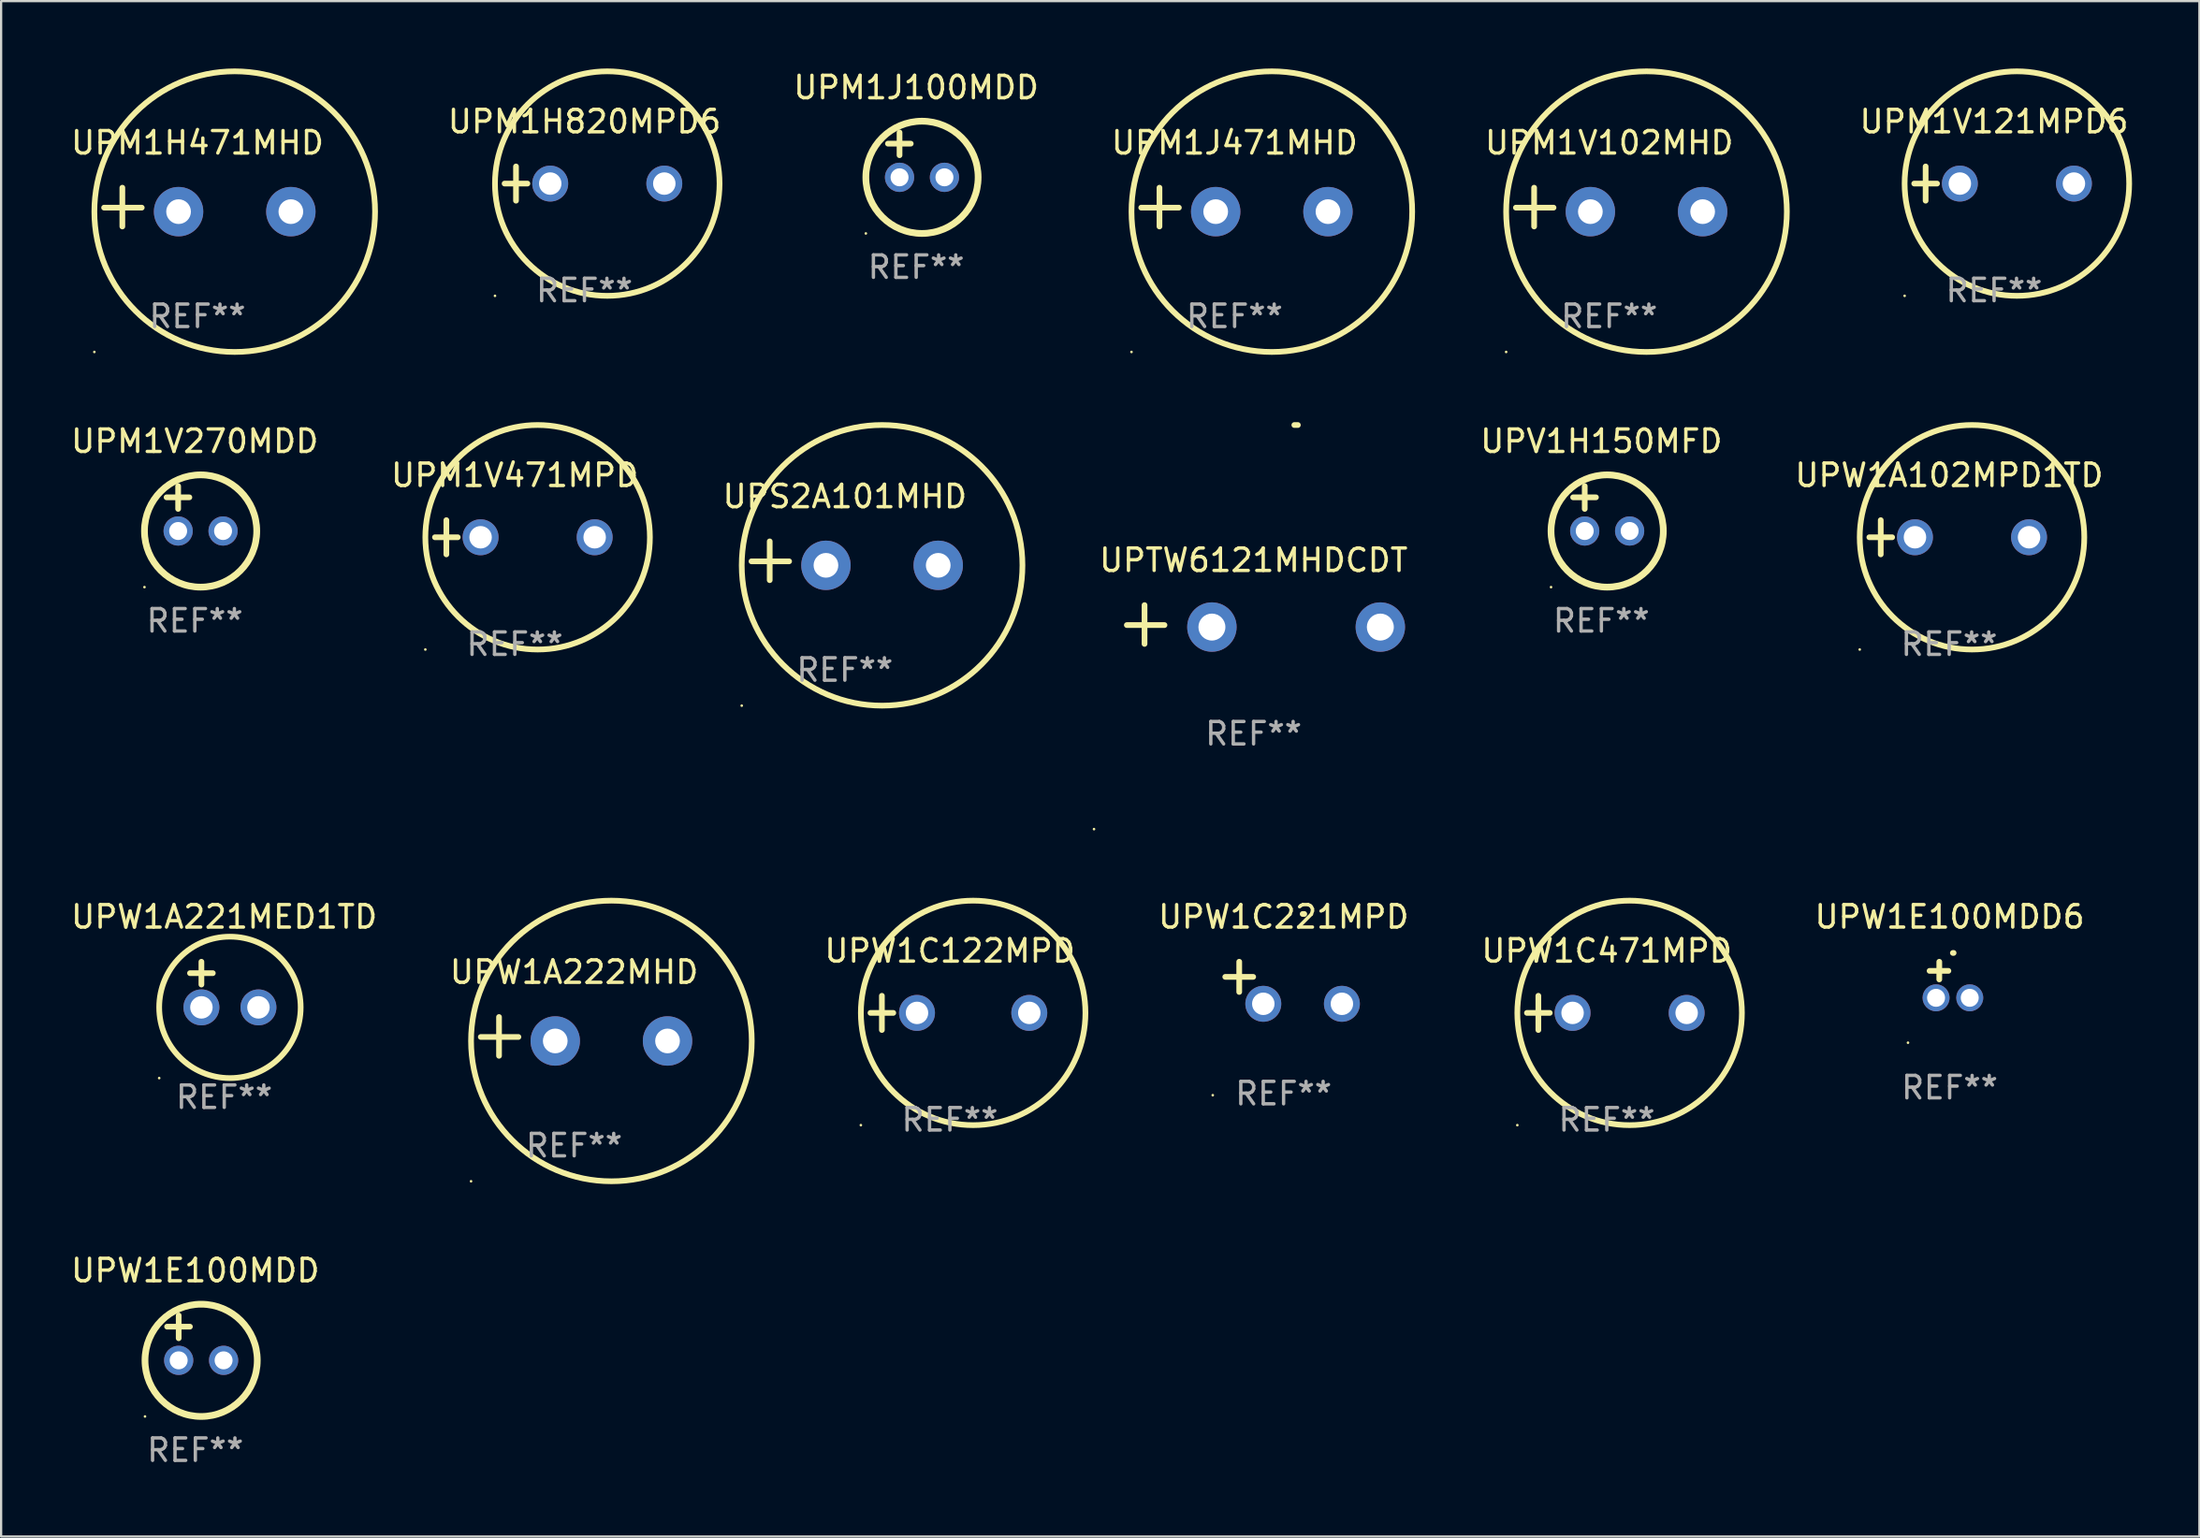
<source format=kicad_pcb>
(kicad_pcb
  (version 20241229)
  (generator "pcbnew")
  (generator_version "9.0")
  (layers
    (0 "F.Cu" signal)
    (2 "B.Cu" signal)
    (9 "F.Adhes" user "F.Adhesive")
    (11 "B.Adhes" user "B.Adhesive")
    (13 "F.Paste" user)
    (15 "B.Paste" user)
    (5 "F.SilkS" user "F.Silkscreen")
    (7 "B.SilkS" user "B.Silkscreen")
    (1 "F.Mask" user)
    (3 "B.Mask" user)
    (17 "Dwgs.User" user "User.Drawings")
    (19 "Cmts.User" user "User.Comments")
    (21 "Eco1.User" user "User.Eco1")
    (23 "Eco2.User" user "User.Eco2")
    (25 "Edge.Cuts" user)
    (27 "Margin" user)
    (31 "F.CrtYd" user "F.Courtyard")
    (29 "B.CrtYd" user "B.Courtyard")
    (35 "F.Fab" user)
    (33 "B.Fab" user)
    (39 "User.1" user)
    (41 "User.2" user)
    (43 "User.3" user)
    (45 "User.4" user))
  (footprint "UPW1A222MHD"
    (layer "F.Cu")
    (at 22.518 43.114)
    (property "Reference" "UPW1A222MHD" (at 0 -2.864 0) (layer "F.SilkS") (effects (font (size 1 1) (thickness 0.15))))
    (attr through_hole)
    (fp_line (start -3.346 0.864) (end -3.346 -0.864) (stroke (width 0.254) (type solid)) (layer "F.SilkS"))
    (fp_line (start -2.482 0.025) (end -4.158 0.025) (stroke (width 0.254) (type solid)) (layer "F.SilkS"))
    (fp_circle (center -4.592 6.453) (end -4.562 6.453) (stroke (width 0.06) (type solid)) (fill no) (layer "F.SilkS"))
    (fp_circle (center 1.658 0.203) (end 7.908 0.203) (stroke (width 0.254) (type solid)) (fill no) (layer "F.SilkS"))
    (fp_text user "REF**" (at 0 4.864 0) (layer "F.Fab") (effects (font (size 1 1) (thickness 0.15))))
    (pad "1" thru_hole circle (at -0.842 0.203) (size 2.2 2.2) (drill 1.1) (layers "*.Cu" "*.Mask"))
    (pad "2" thru_hole circle (at 4.158 0.203) (size 2.2 2.2) (drill 1.1) (layers "*.Cu" "*.Mask")))
  (footprint "UPW1C122MPD"
    (layer "F.Cu")
    (at 39.249 42.067)
    (property "Reference" "UPW1C122MPD" (at 0 -2.762 0) (layer "F.SilkS") (effects (font (size 1 1) (thickness 0.15))))
    (attr through_hole)
    (fp_line (start -3.536 0) (end -2.52 0) (stroke (width 0.254) (type solid)) (layer "F.SilkS"))
    (fp_line (start -3.028 -0.762) (end -3.028 0.762) (stroke (width 0.254) (type solid)) (layer "F.SilkS"))
    (fp_circle (center -3.964 5) (end -3.934 5) (stroke (width 0.06) (type solid)) (fill no) (layer "F.SilkS"))
    (fp_circle (center 1.036 0) (end 6.036 0) (stroke (width 0.254) (type solid)) (fill no) (layer "F.SilkS"))
    (fp_text user "REF**" (at 0 4.762 0) (layer "F.Fab") (effects (font (size 1 1) (thickness 0.15))))
    (pad "1" thru_hole circle (at -1.464 0) (size 1.6 1.6) (drill 1) (layers "*.Cu" "*.Mask"))
    (pad "2" thru_hole circle (at 3.536 0) (size 1.6 1.6) (drill 1) (layers "*.Cu" "*.Mask")))
  (footprint "UPM1J471MHD"
    (layer "F.Cu")
    (at 51.928 6.174)
    (property "Reference" "UPM1J471MHD" (at 0 -2.864 0) (layer "F.SilkS") (effects (font (size 1 1) (thickness 0.15))))
    (attr through_hole)
    (fp_line (start -3.346 0.864) (end -3.346 -0.864) (stroke (width 0.254) (type solid)) (layer "F.SilkS"))
    (fp_line (start -2.482 0.025) (end -4.158 0.025) (stroke (width 0.254) (type solid)) (layer "F.SilkS"))
    (fp_circle (center -4.592 6.453) (end -4.562 6.453) (stroke (width 0.06) (type solid)) (fill no) (layer "F.SilkS"))
    (fp_circle (center 1.658 0.203) (end 7.908 0.203) (stroke (width 0.254) (type solid)) (fill no) (layer "F.SilkS"))
    (fp_text user "REF**" (at 0 4.864 0) (layer "F.Fab") (effects (font (size 1 1) (thickness 0.15))))
    (pad "1" thru_hole circle (at -0.842 0.203) (size 2.2 2.2) (drill 1.1) (layers "*.Cu" "*.Mask"))
    (pad "2" thru_hole circle (at 4.158 0.203) (size 2.2 2.2) (drill 1.1) (layers "*.Cu" "*.Mask")))
  (footprint "UPM1H820MPD6"
    (layer "F.Cu")
    (at 22.976 5.127)
    (property "Reference" "UPM1H820MPD6" (at 0 -2.762 0) (layer "F.SilkS") (effects (font (size 1 1) (thickness 0.15))))
    (attr through_hole)
    (fp_line (start -3.556 0) (end -2.54 0) (stroke (width 0.254) (type solid)) (layer "F.SilkS"))
    (fp_line (start -3.048 -0.762) (end -3.048 0.762) (stroke (width 0.254) (type solid)) (layer "F.SilkS"))
    (fp_circle (center -3.984 5) (end -3.954 5) (stroke (width 0.06) (type solid)) (fill no) (layer "F.SilkS"))
    (fp_circle (center 1.016 0) (end 6.016 0) (stroke (width 0.254) (type solid)) (fill no) (layer "F.SilkS"))
    (fp_text user "REF**" (at 0 4.762 0) (layer "F.Fab") (effects (font (size 1 1) (thickness 0.15))))
    (pad "1" thru_hole circle (at -1.524 0) (size 1.6 1.6) (drill 1) (layers "*.Cu" "*.Mask"))
    (pad "2" thru_hole circle (at 3.556 0) (size 1.6 1.6) (drill 1) (layers "*.Cu" "*.Mask")))
  (footprint "UPS2A101MHD"
    (layer "F.Cu")
    (at 34.572 21.928)
    (property "Reference" "UPS2A101MHD" (at 0 -2.864 0) (layer "F.SilkS") (effects (font (size 1 1) (thickness 0.15))))
    (attr through_hole)
    (fp_line (start -3.346 0.864) (end -3.346 -0.864) (stroke (width 0.254) (type solid)) (layer "F.SilkS"))
    (fp_line (start -2.482 0.025) (end -4.158 0.025) (stroke (width 0.254) (type solid)) (layer "F.SilkS"))
    (fp_circle (center -4.592 6.453) (end -4.562 6.453) (stroke (width 0.06) (type solid)) (fill no) (layer "F.SilkS"))
    (fp_circle (center 1.658 0.203) (end 7.908 0.203) (stroke (width 0.254) (type solid)) (fill no) (layer "F.SilkS"))
    (fp_text user "REF**" (at 0 4.864 0) (layer "F.Fab") (effects (font (size 1 1) (thickness 0.15))))
    (pad "1" thru_hole circle (at -0.842 0.203) (size 2.2 2.2) (drill 1.1) (layers "*.Cu" "*.Mask"))
    (pad "2" thru_hole circle (at 4.158 0.203) (size 2.2 2.2) (drill 1.1) (layers "*.Cu" "*.Mask")))
  (footprint "UPM1V102MHD"
    (layer "F.Cu")
    (at 68.612 6.174)
    (property "Reference" "UPM1V102MHD" (at 0 -2.864 0) (layer "F.SilkS") (effects (font (size 1 1) (thickness 0.15))))
    (attr through_hole)
    (fp_line (start -3.346 0.864) (end -3.346 -0.864) (stroke (width 0.254) (type solid)) (layer "F.SilkS"))
    (fp_line (start -2.482 0.025) (end -4.158 0.025) (stroke (width 0.254) (type solid)) (layer "F.SilkS"))
    (fp_circle (center -4.592 6.453) (end -4.562 6.453) (stroke (width 0.06) (type solid)) (fill no) (layer "F.SilkS"))
    (fp_circle (center 1.658 0.203) (end 7.908 0.203) (stroke (width 0.254) (type solid)) (fill no) (layer "F.SilkS"))
    (fp_text user "REF**" (at 0 4.864 0) (layer "F.Fab") (effects (font (size 1 1) (thickness 0.15))))
    (pad "1" thru_hole circle (at -0.842 0.203) (size 2.2 2.2) (drill 1.1) (layers "*.Cu" "*.Mask"))
    (pad "2" thru_hole circle (at 4.158 0.203) (size 2.2 2.2) (drill 1.1) (layers "*.Cu" "*.Mask")))
  (footprint "UPM1J100MDD"
    (layer "F.Cu")
    (at 37.749 3.848)
    (property "Reference" "UPM1J100MDD" (at 0 -3 0) (layer "F.SilkS") (effects (font (size 1 1) (thickness 0.15))))
    (attr through_hole)
    (fp_line (start -1.258 -0.5) (end -0.242 -0.5) (stroke (width 0.254) (type solid)) (layer "F.SilkS"))
    (fp_line (start -0.742 -1) (end -0.742 0.016) (stroke (width 0.254) (type solid)) (layer "F.SilkS"))
    (fp_circle (center -2.242 3.5) (end -2.212 3.5) (stroke (width 0.06) (type solid)) (fill no) (layer "F.SilkS"))
    (fp_circle (center 0.258 1) (end 2.758 1) (stroke (width 0.3) (type solid)) (fill no) (layer "F.SilkS"))
    (fp_text user "REF**" (at 0 5 0) (layer "F.Fab") (effects (font (size 1 1) (thickness 0.15))))
    (pad "1" thru_hole circle (at -0.742 1) (size 1.3 1.3) (drill 0.8) (layers "*.Cu" "*.Mask"))
    (pad "2" thru_hole circle (at 1.258 1) (size 1.3 1.3) (drill 0.8) (layers "*.Cu" "*.Mask")))
  (footprint "UPV1H150MFD"
    (layer "F.Cu")
    (at 68.261 19.602)
    (property "Reference" "UPV1H150MFD" (at 0 -3 0) (layer "F.SilkS") (effects (font (size 1 1) (thickness 0.15))))
    (attr through_hole)
    (fp_line (start -1.258 -0.5) (end -0.242 -0.5) (stroke (width 0.254) (type solid)) (layer "F.SilkS"))
    (fp_line (start -0.742 -1) (end -0.742 0.016) (stroke (width 0.254) (type solid)) (layer "F.SilkS"))
    (fp_circle (center -2.242 3.5) (end -2.212 3.5) (stroke (width 0.06) (type solid)) (fill no) (layer "F.SilkS"))
    (fp_circle (center 0.258 1) (end 2.758 1) (stroke (width 0.3) (type solid)) (fill no) (layer "F.SilkS"))
    (fp_text user "REF**" (at 0 5 0) (layer "F.Fab") (effects (font (size 1 1) (thickness 0.15))))
    (pad "1" thru_hole circle (at -0.742 1) (size 1.3 1.3) (drill 0.8) (layers "*.Cu" "*.Mask"))
    (pad "2" thru_hole circle (at 1.258 1) (size 1.3 1.3) (drill 0.8) (layers "*.Cu" "*.Mask")))
  (footprint "UPM1V121MPD6"
    (layer "F.Cu")
    (at 85.748 5.127)
    (property "Reference" "UPM1V121MPD6" (at 0 -2.762 0) (layer "F.SilkS") (effects (font (size 1 1) (thickness 0.15))))
    (attr through_hole)
    (fp_line (start -3.556 0) (end -2.54 0) (stroke (width 0.254) (type solid)) (layer "F.SilkS"))
    (fp_line (start -3.048 -0.762) (end -3.048 0.762) (stroke (width 0.254) (type solid)) (layer "F.SilkS"))
    (fp_circle (center -3.984 5) (end -3.954 5) (stroke (width 0.06) (type solid)) (fill no) (layer "F.SilkS"))
    (fp_circle (center 1.016 0) (end 6.016 0) (stroke (width 0.254) (type solid)) (fill no) (layer "F.SilkS"))
    (fp_text user "REF**" (at 0 4.762 0) (layer "F.Fab") (effects (font (size 1 1) (thickness 0.15))))
    (pad "1" thru_hole circle (at -1.524 0) (size 1.6 1.6) (drill 1) (layers "*.Cu" "*.Mask"))
    (pad "2" thru_hole circle (at 3.556 0) (size 1.6 1.6) (drill 1) (layers "*.Cu" "*.Mask")))
  (footprint "UPW1A102MPD1TD"
    (layer "F.Cu")
    (at 83.749 20.881)
    (property "Reference" "UPW1A102MPD1TD" (at 0 -2.762 0) (layer "F.SilkS") (effects (font (size 1 1) (thickness 0.15))))
    (attr through_hole)
    (fp_line (start -3.556 0) (end -2.54 0) (stroke (width 0.254) (type solid)) (layer "F.SilkS"))
    (fp_line (start -3.048 -0.762) (end -3.048 0.762) (stroke (width 0.254) (type solid)) (layer "F.SilkS"))
    (fp_circle (center -3.984 5) (end -3.954 5) (stroke (width 0.06) (type solid)) (fill no) (layer "F.SilkS"))
    (fp_circle (center 1.016 0) (end 6.016 0) (stroke (width 0.254) (type solid)) (fill no) (layer "F.SilkS"))
    (fp_text user "REF**" (at 0 4.762 0) (layer "F.Fab") (effects (font (size 1 1) (thickness 0.15))))
    (pad "1" thru_hole circle (at -1.524 0) (size 1.6 1.6) (drill 1) (layers "*.Cu" "*.Mask"))
    (pad "2" thru_hole circle (at 3.556 0) (size 1.6 1.6) (drill 1) (layers "*.Cu" "*.Mask")))
  (footprint "UPM1V471MPD"
    (layer "F.Cu")
    (at 19.875 20.881)
    (property "Reference" "UPM1V471MPD" (at 0 -2.762 0) (layer "F.SilkS") (effects (font (size 1 1) (thickness 0.15))))
    (attr through_hole)
    (fp_line (start -3.556 0) (end -2.54 0) (stroke (width 0.254) (type solid)) (layer "F.SilkS"))
    (fp_line (start -3.048 -0.762) (end -3.048 0.762) (stroke (width 0.254) (type solid)) (layer "F.SilkS"))
    (fp_circle (center -3.984 5) (end -3.954 5) (stroke (width 0.06) (type solid)) (fill no) (layer "F.SilkS"))
    (fp_circle (center 1.016 0) (end 6.016 0) (stroke (width 0.254) (type solid)) (fill no) (layer "F.SilkS"))
    (fp_text user "REF**" (at 0 4.762 0) (layer "F.Fab") (effects (font (size 1 1) (thickness 0.15))))
    (pad "1" thru_hole circle (at -1.524 0) (size 1.6 1.6) (drill 1) (layers "*.Cu" "*.Mask"))
    (pad "2" thru_hole circle (at 3.556 0) (size 1.6 1.6) (drill 1) (layers "*.Cu" "*.Mask")))
  (footprint "UPTW6121MHDCDT"
    (layer "F.Cu")
    (at 52.773 24.767)
    (property "Reference" "UPTW6121MHDCDT" (at 0 -2.864 0) (layer "F.SilkS") (effects (font (size 1 1) (thickness 0.15))))
    (attr through_hole)
    (fp_line (start -4.856 0.864) (end -4.856 -0.864) (stroke (width 0.254) (type solid)) (layer "F.SilkS"))
    (fp_line (start -3.967 0.025) (end -5.644 0.025) (stroke (width 0.254) (type solid)) (layer "F.SilkS"))
    (fp_arc (start 1.815024 -8.885649) (mid 1.893764 -8.88599) (end 1.972504 -8.885649) (stroke (width 0.254001) (type solid)) (layer "F.SilkS"))
    (fp_circle (center -7.106 9.114) (end -7.076 9.114) (stroke (width 0.06) (type solid)) (fill no) (layer "F.SilkS"))
    (fp_text user "REF**" (at 0 4.864 0) (layer "F.Fab") (effects (font (size 1 1) (thickness 0.15))))
    (pad "1" thru_hole circle (at -1.856 0.114) (size 2.2 2.2) (drill 1.2) (layers "*.Cu" "*.Mask"))
    (pad "2" thru_hole circle (at 5.644 0.114) (size 2.2 2.2) (drill 1.2) (layers "*.Cu" "*.Mask")))
  (footprint "UPM1V270MDD"
    (layer "F.Cu")
    (at 5.625 19.602)
    (property "Reference" "UPM1V270MDD" (at 0 -3 0) (layer "F.SilkS") (effects (font (size 1 1) (thickness 0.15))))
    (attr through_hole)
    (fp_line (start -1.258 -0.5) (end -0.242 -0.5) (stroke (width 0.254) (type solid)) (layer "F.SilkS"))
    (fp_line (start -0.742 -1) (end -0.742 0.016) (stroke (width 0.254) (type solid)) (layer "F.SilkS"))
    (fp_circle (center -2.242 3.5) (end -2.212 3.5) (stroke (width 0.06) (type solid)) (fill no) (layer "F.SilkS"))
    (fp_circle (center 0.258 1) (end 2.758 1) (stroke (width 0.3) (type solid)) (fill no) (layer "F.SilkS"))
    (fp_text user "REF**" (at 0 5 0) (layer "F.Fab") (effects (font (size 1 1) (thickness 0.15))))
    (pad "1" thru_hole circle (at -0.742 1) (size 1.3 1.3) (drill 0.8) (layers "*.Cu" "*.Mask"))
    (pad "2" thru_hole circle (at 1.258 1) (size 1.3 1.3) (drill 0.8) (layers "*.Cu" "*.Mask")))
  (footprint "UPW1E100MDD6"
    (layer "F.Cu")
    (at 83.77 40.592)
    (property "Reference" "UPW1E100MDD6" (at 0 -2.803 0) (layer "F.SilkS") (effects (font (size 1 1) (thickness 0.15))))
    (attr through_hole)
    (fp_line (start -0.462 -0.016) (end -0.462 -0.803) (stroke (width 0.254) (type solid)) (layer "F.SilkS"))
    (fp_line (start -0.056 -0.397) (end -0.894 -0.397) (stroke (width 0.254) (type solid)) (layer "F.SilkS"))
    (fp_arc (start 0.142799 -1.195784) (mid 0.159309 -1.195852) (end 0.175819 -1.195784) (stroke (width 0.254001) (type solid)) (layer "F.SilkS"))
    (fp_circle (center -1.856 2.803) (end -1.826 2.803) (stroke (width 0.06) (type solid)) (fill no) (layer "F.SilkS"))
    (fp_text user "REF**" (at 0 4.803 0) (layer "F.Fab") (effects (font (size 1 1) (thickness 0.15))))
    (pad "1" thru_hole circle (at -0.606 0.803) (size 1.2 1.2) (drill 0.8) (layers "*.Cu" "*.Mask"))
    (pad "2" thru_hole circle (at 0.894 0.803) (size 1.2 1.2) (drill 0.8) (layers "*.Cu" "*.Mask")))
  (footprint "UPM1H471MHD"
    (layer "F.Cu")
    (at 5.744 6.174)
    (property "Reference" "UPM1H471MHD" (at 0 -2.864 0) (layer "F.SilkS") (effects (font (size 1 1) (thickness 0.15))))
    (attr through_hole)
    (fp_line (start -3.346 0.864) (end -3.346 -0.864) (stroke (width 0.254) (type solid)) (layer "F.SilkS"))
    (fp_line (start -2.482 0.025) (end -4.158 0.025) (stroke (width 0.254) (type solid)) (layer "F.SilkS"))
    (fp_circle (center -4.592 6.453) (end -4.562 6.453) (stroke (width 0.06) (type solid)) (fill no) (layer "F.SilkS"))
    (fp_circle (center 1.658 0.203) (end 7.908 0.203) (stroke (width 0.254) (type solid)) (fill no) (layer "F.SilkS"))
    (fp_text user "REF**" (at 0 4.864 0) (layer "F.Fab") (effects (font (size 1 1) (thickness 0.15))))
    (pad "1" thru_hole circle (at -0.842 0.203) (size 2.2 2.2) (drill 1.1) (layers "*.Cu" "*.Mask"))
    (pad "2" thru_hole circle (at 4.158 0.203) (size 2.2 2.2) (drill 1.1) (layers "*.Cu" "*.Mask")))
  (footprint "UPW1E100MDD"
    (layer "F.Cu")
    (at 5.649 56.543)
    (property "Reference" "UPW1E100MDD" (at 0 -3 0) (layer "F.SilkS") (effects (font (size 1 1) (thickness 0.15))))
    (attr through_hole)
    (fp_line (start -1.258 -0.5) (end -0.242 -0.5) (stroke (width 0.254) (type solid)) (layer "F.SilkS"))
    (fp_line (start -0.742 -1) (end -0.742 0.016) (stroke (width 0.254) (type solid)) (layer "F.SilkS"))
    (fp_circle (center -2.242 3.5) (end -2.212 3.5) (stroke (width 0.06) (type solid)) (fill no) (layer "F.SilkS"))
    (fp_circle (center 0.258 1) (end 2.758 1) (stroke (width 0.3) (type solid)) (fill no) (layer "F.SilkS"))
    (fp_text user "REF**" (at 0 5 0) (layer "F.Fab") (effects (font (size 1 1) (thickness 0.15))))
    (pad "1" thru_hole circle (at -0.742 1) (size 1.3 1.3) (drill 0.8) (layers "*.Cu" "*.Mask"))
    (pad "2" thru_hole circle (at 1.258 1) (size 1.3 1.3) (drill 0.8) (layers "*.Cu" "*.Mask")))
  (footprint "UPW1C471MPD"
    (layer "F.Cu")
    (at 68.502 42.067)
    (property "Reference" "UPW1C471MPD" (at 0 -2.762 0) (layer "F.SilkS") (effects (font (size 1 1) (thickness 0.15))))
    (attr through_hole)
    (fp_line (start -3.556 0) (end -2.54 0) (stroke (width 0.254) (type solid)) (layer "F.SilkS"))
    (fp_line (start -3.048 -0.762) (end -3.048 0.762) (stroke (width 0.254) (type solid)) (layer "F.SilkS"))
    (fp_circle (center -3.984 5) (end -3.954 5) (stroke (width 0.06) (type solid)) (fill no) (layer "F.SilkS"))
    (fp_circle (center 1.016 0) (end 6.016 0) (stroke (width 0.254) (type solid)) (fill no) (layer "F.SilkS"))
    (fp_text user "REF**" (at 0 4.762 0) (layer "F.Fab") (effects (font (size 1 1) (thickness 0.15))))
    (pad "1" thru_hole circle (at -1.524 0) (size 1.6 1.6) (drill 1) (layers "*.Cu" "*.Mask"))
    (pad "2" thru_hole circle (at 3.556 0) (size 1.6 1.6) (drill 1) (layers "*.Cu" "*.Mask")))
  (footprint "UPW1C221MPD"
    (layer "F.Cu")
    (at 54.109 40.725)
    (property "Reference" "UPW1C221MPD" (at 0 -2.937 0) (layer "F.SilkS") (effects (font (size 1 1) (thickness 0.15))))
    (attr through_hole)
    (fp_line (start -1.975 0.41) (end -1.975 -0.937) (stroke (width 0.254) (type solid)) (layer "F.SilkS"))
    (fp_line (start -1.353 -0.263) (end -2.597 -0.263) (stroke (width 0.254) (type solid)) (layer "F.SilkS"))
    (fp_arc (start 0.849809 -3.063957) (mid 0.885369 -3.064114) (end 0.920929 -3.063957) (stroke (width 0.254001) (type solid)) (layer "F.SilkS"))
    (fp_circle (center -3.154 5.008) (end -3.124 5.008) (stroke (width 0.06) (type solid)) (fill no) (layer "F.SilkS"))
    (fp_text user "REF**" (at 0 4.937 0) (layer "F.Fab") (effects (font (size 1 1) (thickness 0.15))))
    (pad "1" thru_hole circle (at -0.903 0.937) (size 1.6 1.6) (drill 1) (layers "*.Cu" "*.Mask"))
    (pad "2" thru_hole circle (at 2.597 0.937) (size 1.6 1.6) (drill 1) (layers "*.Cu" "*.Mask")))
  (footprint "UPW1A221MED1TD"
    (layer "F.Cu")
    (at 6.935 40.805)
    (property "Reference" "UPW1A221MED1TD" (at 0 -3.016 0) (layer "F.SilkS") (effects (font (size 1 1) (thickness 0.15))))
    (attr through_hole)
    (fp_line (start -1.524 -0.508) (end -0.508 -0.508) (stroke (width 0.254) (type solid)) (layer "F.SilkS"))
    (fp_line (start -1.016 -1.016) (end -1.016 0) (stroke (width 0.254) (type solid)) (layer "F.SilkS"))
    (fp_circle (center -2.896 4.166) (end -2.866 4.166) (stroke (width 0.06) (type solid)) (fill no) (layer "F.SilkS"))
    (fp_circle (center 0.254 1.016) (end 3.404 1.016) (stroke (width 0.254) (type solid)) (fill no) (layer "F.SilkS"))
    (fp_text user "REF**" (at 0 5.016 0) (layer "F.Fab") (effects (font (size 1 1) (thickness 0.15))))
    (pad "1" thru_hole circle (at -1.016 1.016) (size 1.6 1.6) (drill 1) (layers "*.Cu" "*.Mask"))
    (pad "2" thru_hole circle (at 1.524 1.016) (size 1.6 1.6) (drill 1) (layers "*.Cu" "*.Mask")))
  (gr_rect
    (start -3 -3)
    (end 94.891 65.391)
    (stroke (width 0.1) (type default))
    (fill no)
    (layer "Edge.Cuts")))
</source>
